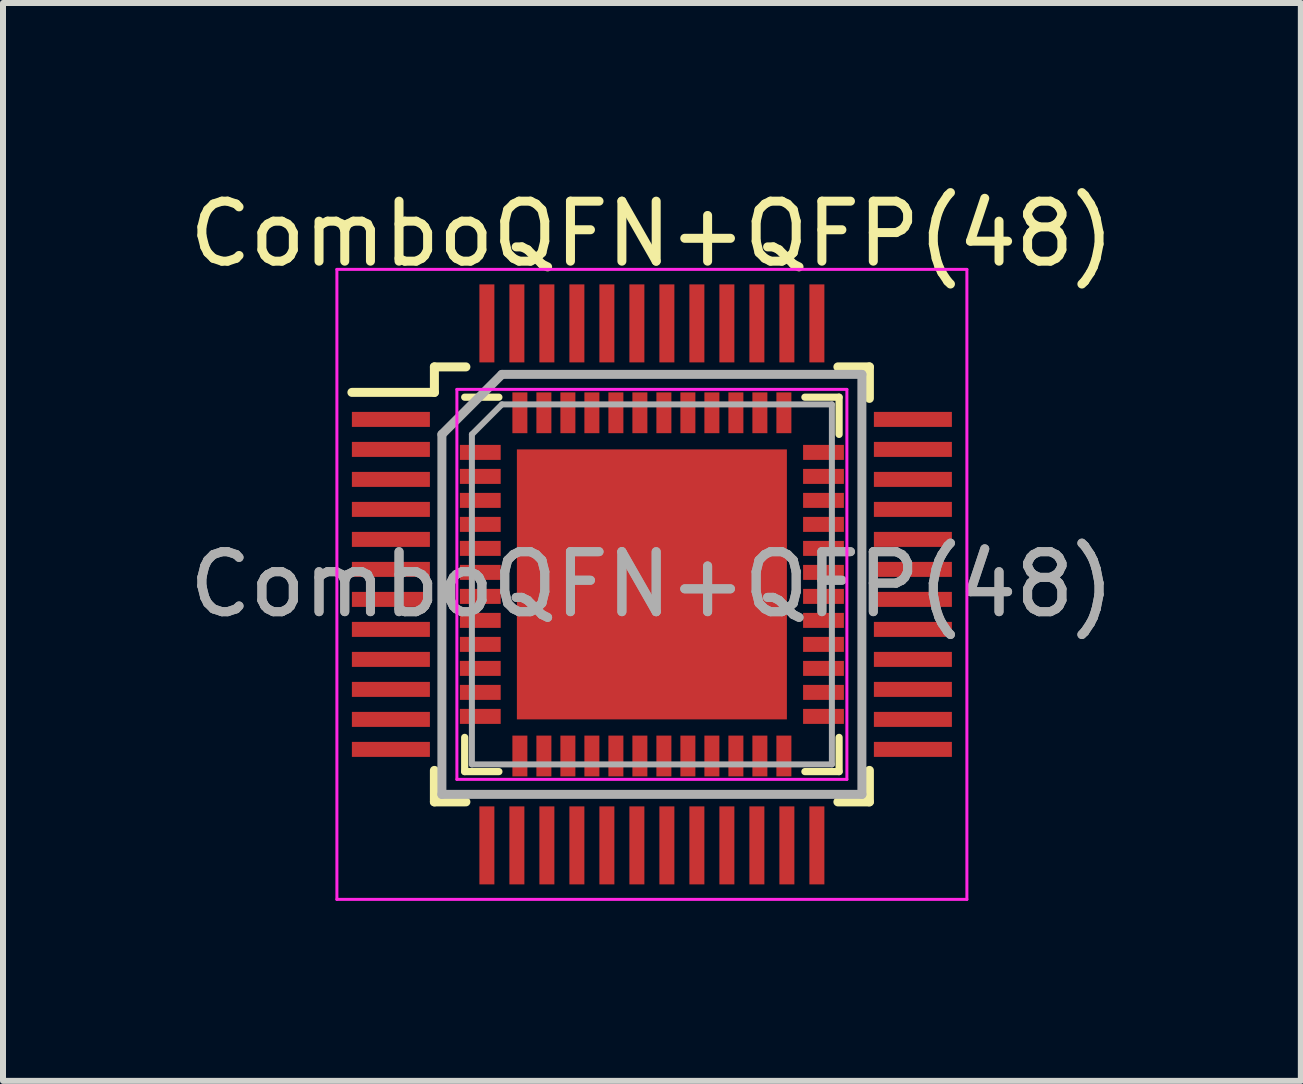
<source format=kicad_pcb>
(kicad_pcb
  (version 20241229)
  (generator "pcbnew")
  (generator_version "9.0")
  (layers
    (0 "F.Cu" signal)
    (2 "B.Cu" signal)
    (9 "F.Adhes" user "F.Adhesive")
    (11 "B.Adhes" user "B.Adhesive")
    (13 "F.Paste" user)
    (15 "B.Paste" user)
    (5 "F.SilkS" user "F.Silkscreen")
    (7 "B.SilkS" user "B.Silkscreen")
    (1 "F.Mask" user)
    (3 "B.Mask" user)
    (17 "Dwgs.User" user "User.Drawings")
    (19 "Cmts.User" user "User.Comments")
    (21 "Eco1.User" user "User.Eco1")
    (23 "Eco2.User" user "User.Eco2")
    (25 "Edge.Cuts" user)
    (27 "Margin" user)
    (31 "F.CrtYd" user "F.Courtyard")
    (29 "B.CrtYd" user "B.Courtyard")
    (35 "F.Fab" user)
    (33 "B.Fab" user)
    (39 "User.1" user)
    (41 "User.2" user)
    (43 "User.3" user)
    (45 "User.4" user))
  (footprint "ComboQFN+QFP(48)"
    (layer "F.Cu")
    (at 7.815 6.69)
    (property "Reference" "ComboQFN+QFP(48)" (at 0 -5.842 0) (layer "F.SilkS") (effects (font (size 1 1) (thickness 0.15))))
    (attr smd)
    (fp_line (start -3.625 -3.625) (end -3.625 -3.2) (stroke (width 0.15) (type solid)) (layer "F.SilkS"))
    (fp_line (start -3.625 -3.625) (end -3.1 -3.625) (stroke (width 0.15) (type solid)) (layer "F.SilkS"))
    (fp_line (start -3.625 -3.2) (end -5 -3.2) (stroke (width 0.15) (type solid)) (layer "F.SilkS"))
    (fp_line (start -3.625 3.625) (end -3.625 3.1) (stroke (width 0.15) (type solid)) (layer "F.SilkS"))
    (fp_line (start -3.625 3.625) (end -3.1 3.625) (stroke (width 0.15) (type solid)) (layer "F.SilkS"))
    (fp_line (start -3.12 -3.12) (end -2.55 -3.12) (stroke (width 0.12) (type solid)) (layer "F.SilkS"))
    (fp_line (start -3.12 3.12) (end -3.12 2.55) (stroke (width 0.12) (type solid)) (layer "F.SilkS"))
    (fp_line (start -2.55 3.12) (end -3.12 3.12) (stroke (width 0.12) (type solid)) (layer "F.SilkS"))
    (fp_line (start 2.55 -3.12) (end 3.12 -3.12) (stroke (width 0.12) (type solid)) (layer "F.SilkS"))
    (fp_line (start 2.55 3.12) (end 3.12 3.12) (stroke (width 0.12) (type solid)) (layer "F.SilkS"))
    (fp_line (start 3.12 -2.5) (end 3.12 -3.12) (stroke (width 0.12) (type solid)) (layer "F.SilkS"))
    (fp_line (start 3.12 3.12) (end 3.12 2.55) (stroke (width 0.12) (type solid)) (layer "F.SilkS"))
    (fp_line (start 3.625 -3.625) (end 3.1 -3.625) (stroke (width 0.15) (type solid)) (layer "F.SilkS"))
    (fp_line (start 3.625 -3.625) (end 3.625 -3.1) (stroke (width 0.15) (type solid)) (layer "F.SilkS"))
    (fp_line (start 3.625 3.625) (end 3.1 3.625) (stroke (width 0.15) (type solid)) (layer "F.SilkS"))
    (fp_line (start 3.625 3.625) (end 3.625 3.1) (stroke (width 0.15) (type solid)) (layer "F.SilkS"))
    (fp_line (start -5.25 -5.25) (end -5.25 5.25) (stroke (width 0.05) (type solid)) (layer "F.CrtYd"))
    (fp_line (start -5.25 -5.25) (end 5.25 -5.25) (stroke (width 0.05) (type solid)) (layer "F.CrtYd"))
    (fp_line (start -5.25 5.25) (end 5.25 5.25) (stroke (width 0.05) (type solid)) (layer "F.CrtYd"))
    (fp_line (start -3.25 -3.25) (end -3.25 3.25) (stroke (width 0.05) (type solid)) (layer "F.CrtYd"))
    (fp_line (start -3.25 3.25) (end 3.25 3.25) (stroke (width 0.05) (type solid)) (layer "F.CrtYd"))
    (fp_line (start 3.25 -3.25) (end -3.25 -3.25) (stroke (width 0.05) (type solid)) (layer "F.CrtYd"))
    (fp_line (start 3.25 3.25) (end 3.25 -3.25) (stroke (width 0.05) (type solid)) (layer "F.CrtYd"))
    (fp_line (start 5.25 -5.25) (end 5.25 5.25) (stroke (width 0.05) (type solid)) (layer "F.CrtYd"))
    (fp_line (start -3.5 -2.5) (end -2.5 -3.5) (stroke (width 0.15) (type solid)) (layer "F.Fab"))
    (fp_line (start -3.5 3.5) (end -3.5 -2.5) (stroke (width 0.15) (type solid)) (layer "F.Fab"))
    (fp_line (start -3 3) (end -3 -2.5) (stroke (width 0.1) (type solid)) (layer "F.Fab"))
    (fp_line (start -2.5 -3.5) (end 3.5 -3.5) (stroke (width 0.15) (type solid)) (layer "F.Fab"))
    (fp_line (start -2.5 -3) (end -3 -2.5) (stroke (width 0.1) (type solid)) (layer "F.Fab"))
    (fp_line (start 3 -3) (end -2.5 -3) (stroke (width 0.1) (type solid)) (layer "F.Fab"))
    (fp_line (start 3 -3) (end 3 3) (stroke (width 0.1) (type solid)) (layer "F.Fab"))
    (fp_line (start 3 3) (end -3 3) (stroke (width 0.1) (type solid)) (layer "F.Fab"))
    (fp_line (start 3.5 -3.5) (end 3.5 3.5) (stroke (width 0.15) (type solid)) (layer "F.Fab"))
    (fp_line (start 3.5 3.5) (end -3.5 3.5) (stroke (width 0.15) (type solid)) (layer "F.Fab"))
    (fp_text user "${REFERENCE}" (at 0 0 0) (layer "F.Fab") (effects (font (size 1 1) (thickness 0.15))))
    (fp_text user "${REFERENCE}" (at 0 0 0) (layer "F.Fab") (effects (font (size 1 1) (thickness 0.15))))
    (pad "" smd rect (at -1.725 -1.725) (size 0.9 0.9) (layers "F.Paste"))
    (pad "" smd rect (at -1.725 -0.575) (size 0.9 0.9) (layers "F.Paste"))
    (pad "" smd rect (at -1.725 0.575) (size 0.9 0.9) (layers "F.Paste"))
    (pad "" smd rect (at -1.725 1.725) (size 0.9 0.9) (layers "F.Paste"))
    (pad "" smd rect (at -0.575 -1.725) (size 0.9 0.9) (layers "F.Paste"))
    (pad "" smd rect (at -0.575 -0.575) (size 0.9 0.9) (layers "F.Paste"))
    (pad "" smd rect (at -0.575 0.575) (size 0.9 0.9) (layers "F.Paste"))
    (pad "" smd rect (at -0.575 1.725) (size 0.9 0.9) (layers "F.Paste"))
    (pad "" smd rect (at 0.575 -1.725) (size 0.9 0.9) (layers "F.Paste"))
    (pad "" smd rect (at 0.575 -0.575) (size 0.9 0.9) (layers "F.Paste"))
    (pad "" smd rect (at 0.575 0.575) (size 0.9 0.9) (layers "F.Paste"))
    (pad "" smd rect (at 0.575 1.725) (size 0.9 0.9) (layers "F.Paste"))
    (pad "" smd rect (at 1.725 -1.725) (size 0.9 0.9) (layers "F.Paste"))
    (pad "" smd rect (at 1.725 -0.575) (size 0.9 0.9) (layers "F.Paste"))
    (pad "" smd rect (at 1.725 0.575) (size 0.9 0.9) (layers "F.Paste"))
    (pad "" smd rect (at 1.725 1.725) (size 0.9 0.9) (layers "F.Paste"))
    (pad "1" smd rect (at -4.35 -2.75) (size 1.3 0.25) (layers "F.Cu" "F.Mask" "F.Paste"))
    (pad "1" smd rect (at -2.86 -2.2) (size 0.68 0.25) (layers "F.Cu" "F.Mask" "F.Paste"))
    (pad "2" smd rect (at -4.35 -2.25) (size 1.3 0.25) (layers "F.Cu" "F.Mask" "F.Paste"))
    (pad "2" smd rect (at -2.86 -1.8) (size 0.68 0.25) (layers "F.Cu" "F.Mask" "F.Paste"))
    (pad "3" smd rect (at -4.35 -1.75) (size 1.3 0.25) (layers "F.Cu" "F.Mask" "F.Paste"))
    (pad "3" smd rect (at -2.86 -1.4) (size 0.68 0.25) (layers "F.Cu" "F.Mask" "F.Paste"))
    (pad "4" smd rect (at -4.35 -1.25) (size 1.3 0.25) (layers "F.Cu" "F.Mask" "F.Paste"))
    (pad "4" smd rect (at -2.86 -1) (size 0.68 0.25) (layers "F.Cu" "F.Mask" "F.Paste"))
    (pad "5" smd rect (at -4.35 -0.75) (size 1.3 0.25) (layers "F.Cu" "F.Mask" "F.Paste"))
    (pad "5" smd rect (at -2.86 -0.6) (size 0.68 0.25) (layers "F.Cu" "F.Mask" "F.Paste"))
    (pad "6" smd rect (at -4.35 -0.25) (size 1.3 0.25) (layers "F.Cu" "F.Mask" "F.Paste"))
    (pad "6" smd rect (at -2.86 -0.2) (size 0.68 0.25) (layers "F.Cu" "F.Mask" "F.Paste"))
    (pad "7" smd rect (at -4.35 0.25) (size 1.3 0.25) (layers "F.Cu" "F.Mask" "F.Paste"))
    (pad "7" smd rect (at -2.86 0.2) (size 0.68 0.25) (layers "F.Cu" "F.Mask" "F.Paste"))
    (pad "8" smd rect (at -4.35 0.75) (size 1.3 0.25) (layers "F.Cu" "F.Mask" "F.Paste"))
    (pad "8" smd rect (at -2.86 0.6) (size 0.68 0.25) (layers "F.Cu" "F.Mask" "F.Paste"))
    (pad "9" smd rect (at -4.35 1.25) (size 1.3 0.25) (layers "F.Cu" "F.Mask" "F.Paste"))
    (pad "9" smd rect (at -2.86 1) (size 0.68 0.25) (layers "F.Cu" "F.Mask" "F.Paste"))
    (pad "10" smd rect (at -4.35 1.75) (size 1.3 0.25) (layers "F.Cu" "F.Mask" "F.Paste"))
    (pad "10" smd rect (at -2.86 1.4) (size 0.68 0.25) (layers "F.Cu" "F.Mask" "F.Paste"))
    (pad "11" smd rect (at -4.35 2.25) (size 1.3 0.25) (layers "F.Cu" "F.Mask" "F.Paste"))
    (pad "11" smd rect (at -2.86 1.8) (size 0.68 0.25) (layers "F.Cu" "F.Mask" "F.Paste"))
    (pad "12" smd rect (at -4.35 2.75) (size 1.3 0.25) (layers "F.Cu" "F.Mask" "F.Paste"))
    (pad "12" smd rect (at -2.86 2.2) (size 0.68 0.25) (layers "F.Cu" "F.Mask" "F.Paste"))
    (pad "13" smd rect (at -2.75 4.35 90) (size 1.3 0.25) (layers "F.Cu" "F.Mask" "F.Paste"))
    (pad "13" smd rect (at -2.2 2.86) (size 0.25 0.68) (layers "F.Cu" "F.Mask" "F.Paste"))
    (pad "14" smd rect (at -2.25 4.35 90) (size 1.3 0.25) (layers "F.Cu" "F.Mask" "F.Paste"))
    (pad "14" smd rect (at -1.8 2.86) (size 0.25 0.68) (layers "F.Cu" "F.Mask" "F.Paste"))
    (pad "15" smd rect (at -1.75 4.35 90) (size 1.3 0.25) (layers "F.Cu" "F.Mask" "F.Paste"))
    (pad "15" smd rect (at -1.4 2.86) (size 0.25 0.68) (layers "F.Cu" "F.Mask" "F.Paste"))
    (pad "16" smd rect (at -1.25 4.35 90) (size 1.3 0.25) (layers "F.Cu" "F.Mask" "F.Paste"))
    (pad "16" smd rect (at -1 2.86) (size 0.25 0.68) (layers "F.Cu" "F.Mask" "F.Paste"))
    (pad "17" smd rect (at -0.75 4.35 90) (size 1.3 0.25) (layers "F.Cu" "F.Mask" "F.Paste"))
    (pad "17" smd rect (at -0.6 2.86) (size 0.25 0.68) (layers "F.Cu" "F.Mask" "F.Paste"))
    (pad "18" smd rect (at -0.25 4.35 90) (size 1.3 0.25) (layers "F.Cu" "F.Mask" "F.Paste"))
    (pad "18" smd rect (at -0.2 2.86) (size 0.25 0.68) (layers "F.Cu" "F.Mask" "F.Paste"))
    (pad "19" smd rect (at 0.2 2.86) (size 0.25 0.68) (layers "F.Cu" "F.Mask" "F.Paste"))
    (pad "19" smd rect (at 0.25 4.35 90) (size 1.3 0.25) (layers "F.Cu" "F.Mask" "F.Paste"))
    (pad "20" smd rect (at 0.6 2.86) (size 0.25 0.68) (layers "F.Cu" "F.Mask" "F.Paste"))
    (pad "20" smd rect (at 0.75 4.35 90) (size 1.3 0.25) (layers "F.Cu" "F.Mask" "F.Paste"))
    (pad "21" smd rect (at 1 2.86) (size 0.25 0.68) (layers "F.Cu" "F.Mask" "F.Paste"))
    (pad "21" smd rect (at 1.25 4.35 90) (size 1.3 0.25) (layers "F.Cu" "F.Mask" "F.Paste"))
    (pad "22" smd rect (at 1.4 2.86) (size 0.25 0.68) (layers "F.Cu" "F.Mask" "F.Paste"))
    (pad "22" smd rect (at 1.75 4.35 90) (size 1.3 0.25) (layers "F.Cu" "F.Mask" "F.Paste"))
    (pad "23" smd rect (at 1.8 2.86) (size 0.25 0.68) (layers "F.Cu" "F.Mask" "F.Paste"))
    (pad "23" smd rect (at 2.25 4.35 90) (size 1.3 0.25) (layers "F.Cu" "F.Mask" "F.Paste"))
    (pad "24" smd rect (at 2.2 2.86) (size 0.25 0.68) (layers "F.Cu" "F.Mask" "F.Paste"))
    (pad "24" smd rect (at 2.75 4.35 90) (size 1.3 0.25) (layers "F.Cu" "F.Mask" "F.Paste"))
    (pad "25" smd rect (at 2.86 2.2) (size 0.68 0.25) (layers "F.Cu" "F.Mask" "F.Paste"))
    (pad "25" smd rect (at 4.35 2.75) (size 1.3 0.25) (layers "F.Cu" "F.Mask" "F.Paste"))
    (pad "26" smd rect (at 2.86 1.8) (size 0.68 0.25) (layers "F.Cu" "F.Mask" "F.Paste"))
    (pad "26" smd rect (at 4.35 2.25) (size 1.3 0.25) (layers "F.Cu" "F.Mask" "F.Paste"))
    (pad "27" smd rect (at 2.86 1.4) (size 0.68 0.25) (layers "F.Cu" "F.Mask" "F.Paste"))
    (pad "27" smd rect (at 4.35 1.75) (size 1.3 0.25) (layers "F.Cu" "F.Mask" "F.Paste"))
    (pad "28" smd rect (at 2.86 1) (size 0.68 0.25) (layers "F.Cu" "F.Mask" "F.Paste"))
    (pad "28" smd rect (at 4.35 1.25) (size 1.3 0.25) (layers "F.Cu" "F.Mask" "F.Paste"))
    (pad "29" smd rect (at 2.86 0.6) (size 0.68 0.25) (layers "F.Cu" "F.Mask" "F.Paste"))
    (pad "29" smd rect (at 4.35 0.75) (size 1.3 0.25) (layers "F.Cu" "F.Mask" "F.Paste"))
    (pad "30" smd rect (at 2.86 0.2) (size 0.68 0.25) (layers "F.Cu" "F.Mask" "F.Paste"))
    (pad "30" smd rect (at 4.35 0.25) (size 1.3 0.25) (layers "F.Cu" "F.Mask" "F.Paste"))
    (pad "31" smd rect (at 2.86 -0.2) (size 0.68 0.25) (layers "F.Cu" "F.Mask" "F.Paste"))
    (pad "31" smd rect (at 4.35 -0.25) (size 1.3 0.25) (layers "F.Cu" "F.Mask" "F.Paste"))
    (pad "32" smd rect (at 2.86 -0.6) (size 0.68 0.25) (layers "F.Cu" "F.Mask" "F.Paste"))
    (pad "32" smd rect (at 4.35 -0.75) (size 1.3 0.25) (layers "F.Cu" "F.Mask" "F.Paste"))
    (pad "33" smd rect (at 2.86 -1) (size 0.68 0.25) (layers "F.Cu" "F.Mask" "F.Paste"))
    (pad "33" smd rect (at 4.35 -1.25) (size 1.3 0.25) (layers "F.Cu" "F.Mask" "F.Paste"))
    (pad "34" smd rect (at 2.86 -1.4) (size 0.68 0.25) (layers "F.Cu" "F.Mask" "F.Paste"))
    (pad "34" smd rect (at 4.35 -1.75) (size 1.3 0.25) (layers "F.Cu" "F.Mask" "F.Paste"))
    (pad "35" smd rect (at 2.86 -1.8) (size 0.68 0.25) (layers "F.Cu" "F.Mask" "F.Paste"))
    (pad "35" smd rect (at 4.35 -2.25) (size 1.3 0.25) (layers "F.Cu" "F.Mask" "F.Paste"))
    (pad "36" smd rect (at 2.86 -2.2) (size 0.68 0.25) (layers "F.Cu" "F.Mask" "F.Paste"))
    (pad "36" smd rect (at 4.35 -2.75) (size 1.3 0.25) (layers "F.Cu" "F.Mask" "F.Paste"))
    (pad "37" smd rect (at 2.2 -2.86) (size 0.25 0.68) (layers "F.Cu" "F.Mask" "F.Paste"))
    (pad "37" smd rect (at 2.75 -4.35 90) (size 1.3 0.25) (layers "F.Cu" "F.Mask" "F.Paste"))
    (pad "38" smd rect (at 1.8 -2.86) (size 0.25 0.68) (layers "F.Cu" "F.Mask" "F.Paste"))
    (pad "38" smd rect (at 2.25 -4.35 90) (size 1.3 0.25) (layers "F.Cu" "F.Mask" "F.Paste"))
    (pad "39" smd rect (at 1.4 -2.86) (size 0.25 0.68) (layers "F.Cu" "F.Mask" "F.Paste"))
    (pad "39" smd rect (at 1.75 -4.35 90) (size 1.3 0.25) (layers "F.Cu" "F.Mask" "F.Paste"))
    (pad "40" smd rect (at 1 -2.86) (size 0.25 0.68) (layers "F.Cu" "F.Mask" "F.Paste"))
    (pad "40" smd rect (at 1.25 -4.35 90) (size 1.3 0.25) (layers "F.Cu" "F.Mask" "F.Paste"))
    (pad "41" smd rect (at 0.6 -2.86) (size 0.25 0.68) (layers "F.Cu" "F.Mask" "F.Paste"))
    (pad "41" smd rect (at 0.75 -4.35 90) (size 1.3 0.25) (layers "F.Cu" "F.Mask" "F.Paste"))
    (pad "42" smd rect (at 0.2 -2.86) (size 0.25 0.68) (layers "F.Cu" "F.Mask" "F.Paste"))
    (pad "42" smd rect (at 0.25 -4.35 90) (size 1.3 0.25) (layers "F.Cu" "F.Mask" "F.Paste"))
    (pad "43" smd rect (at -0.25 -4.35 90) (size 1.3 0.25) (layers "F.Cu" "F.Mask" "F.Paste"))
    (pad "43" smd rect (at -0.2 -2.86) (size 0.25 0.68) (layers "F.Cu" "F.Mask" "F.Paste"))
    (pad "44" smd rect (at -0.75 -4.35 90) (size 1.3 0.25) (layers "F.Cu" "F.Mask" "F.Paste"))
    (pad "44" smd rect (at -0.6 -2.86) (size 0.25 0.68) (layers "F.Cu" "F.Mask" "F.Paste"))
    (pad "45" smd rect (at -1.25 -4.35 90) (size 1.3 0.25) (layers "F.Cu" "F.Mask" "F.Paste"))
    (pad "45" smd rect (at -1 -2.86) (size 0.25 0.68) (layers "F.Cu" "F.Mask" "F.Paste"))
    (pad "46" smd rect (at -1.75 -4.35 90) (size 1.3 0.25) (layers "F.Cu" "F.Mask" "F.Paste"))
    (pad "46" smd rect (at -1.4 -2.86) (size 0.25 0.68) (layers "F.Cu" "F.Mask" "F.Paste"))
    (pad "47" smd rect (at -2.25 -4.35 90) (size 1.3 0.25) (layers "F.Cu" "F.Mask" "F.Paste"))
    (pad "47" smd rect (at -1.8 -2.86) (size 0.25 0.68) (layers "F.Cu" "F.Mask" "F.Paste"))
    (pad "48" smd rect (at -2.75 -4.35 90) (size 1.3 0.25) (layers "F.Cu" "F.Mask" "F.Paste"))
    (pad "48" smd rect (at -2.2 -2.86) (size 0.25 0.68) (layers "F.Cu" "F.Mask" "F.Paste"))
    (pad "49" smd rect (at 0 0) (size 4.5 4.5) (layers "F.Cu" "F.Mask")))
  (gr_rect
    (start -3 -3)
    (end 18.631 14.965)
    (stroke (width 0.1) (type default))
    (fill no)
    (layer "Edge.Cuts")))
</source>
